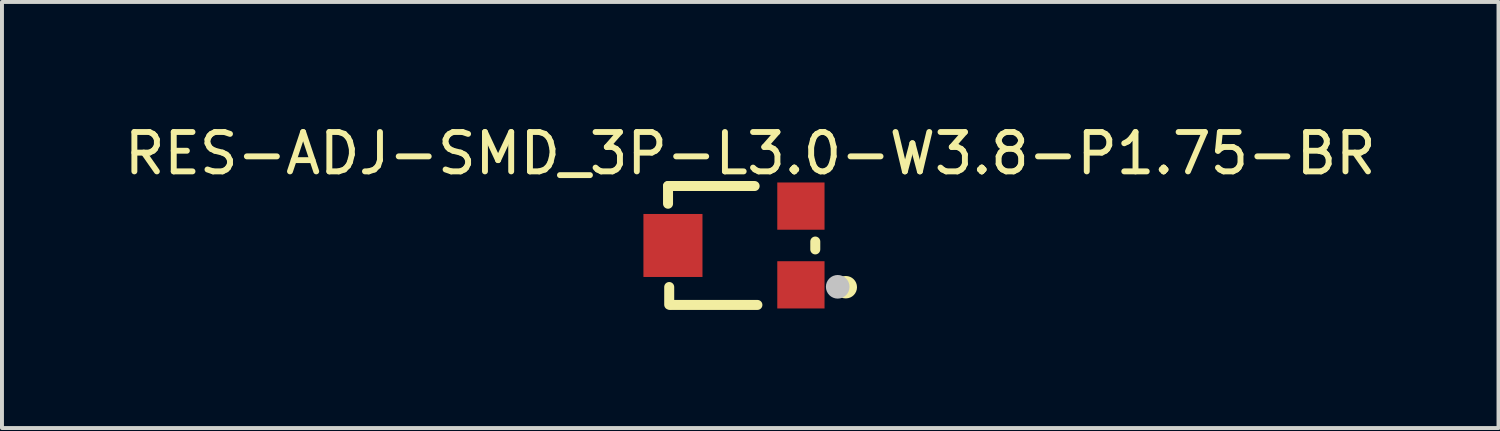
<source format=kicad_pcb>
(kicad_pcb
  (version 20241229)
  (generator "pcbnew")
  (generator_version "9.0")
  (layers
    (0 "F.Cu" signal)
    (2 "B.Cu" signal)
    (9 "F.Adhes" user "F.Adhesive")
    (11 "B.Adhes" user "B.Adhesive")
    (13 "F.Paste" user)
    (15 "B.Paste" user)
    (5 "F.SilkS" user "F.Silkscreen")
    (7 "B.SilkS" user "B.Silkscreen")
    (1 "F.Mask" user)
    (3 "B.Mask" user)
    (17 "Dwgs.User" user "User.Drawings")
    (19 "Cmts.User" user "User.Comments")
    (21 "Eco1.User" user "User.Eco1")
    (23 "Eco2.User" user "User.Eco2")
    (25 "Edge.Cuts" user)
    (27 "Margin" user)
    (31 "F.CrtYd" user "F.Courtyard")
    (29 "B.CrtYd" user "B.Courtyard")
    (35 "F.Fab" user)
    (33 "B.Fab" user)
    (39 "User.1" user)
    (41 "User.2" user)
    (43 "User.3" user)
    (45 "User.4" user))
  (footprint "RES-ADJ-SMD_3P-L3.0-W3.8-P1.75-BR"
    (layer "F.Cu")
    (at 15.668 3.185)
    (property "Reference" "RES-ADJ-SMD_3P-L3.0-W3.8-P1.75-BR" (at 0.338 -2.337 0) (layer "F.SilkS") (effects (font (size 1 1) (thickness 0.15))))
    (fp_line (start -1.75 -1.51) (end -1.75 -1.06) (stroke (width 0.254) (type default)) (layer "F.SilkS"))
    (fp_line (start -1.72 1.055) (end -1.72 1.505) (stroke (width 0.254) (type default)) (layer "F.SilkS"))
    (fp_line (start 0.45 -1.51) (end -1.75 -1.51) (stroke (width 0.254) (type default)) (layer "F.SilkS"))
    (fp_line (start 0.52 1.51) (end -1.68 1.51) (stroke (width 0.254) (type default)) (layer "F.SilkS"))
    (fp_line (start 1.99 0.1) (end 1.99 -0.1) (stroke (width 0.254) (type default)) (layer "F.SilkS"))
    (fp_circle (center 2.765 1.06) (end 2.923 1.06) (stroke (width 0.254) (type default)) (fill no) (layer "F.SilkS"))
    (fp_circle (center 2.56 1.05) (end 2.71 1.05) (stroke (width 0.3) (type default)) (fill no) (layer "Dwgs.User"))
    (fp_poly (pts (xy -1.05 -0.75) (xy -1.05 0.75) (xy -1.8 0.75) (xy -1.8 -0.75)) (stroke (width 0.1) (type default)) (fill no) (layer "User.1"))
    (fp_poly (pts (xy 2 -1.35) (xy 2 -0.4) (xy 1.2 -0.4) (xy 1.2 -1.35)) (stroke (width 0.1) (type default)) (fill no) (layer "User.1"))
    (fp_poly (pts (xy 2 0.4) (xy 2 1.35) (xy 1.2 1.35) (xy 1.2 0.4)) (stroke (width 0.1) (type default)) (fill no) (layer "User.1"))
    (fp_line (start -1.75 -1.5) (end 2 -1.5) (stroke (width 0.051) (type default)) (layer "User.2"))
    (fp_line (start -1.75 1.5) (end -1.75 -1.5) (stroke (width 0.051) (type default)) (layer "User.2"))
    (fp_line (start 2 -1.5) (end 2 1.5) (stroke (width 0.051) (type default)) (layer "User.2"))
    (fp_line (start 2 1.5) (end -1.75 1.5) (stroke (width 0.051) (type default)) (layer "User.2"))
    (fp_poly (pts (xy 2.055 1.477) (xy 2.023 1.445) (xy 1.977 1.445) (xy 1.945 1.477) (xy 1.945 1.523) (xy 1.977 1.555) (xy 2.023 1.555) (xy 2.055 1.523)) (stroke (width 0.1) (type default)) (fill no) (layer "User.3"))
    (pad "1" smd rect (at 1.625 1 90) (size 1.2 1.2) (layers "F.Cu" "F.Mask" "F.Paste"))
    (pad "2" smd rect (at -1.625 0 90) (size 1.6 1.5) (layers "F.Cu" "F.Mask" "F.Paste"))
    (pad "3" smd rect (at 1.625 -1 90) (size 1.2 1.2) (layers "F.Cu" "F.Mask" "F.Paste")))
  (gr_rect
    (start -3 -3)
    (end 35.012 7.822)
    (stroke (width 0.1) (type default))
    (fill no)
    (layer "Edge.Cuts")))
</source>
